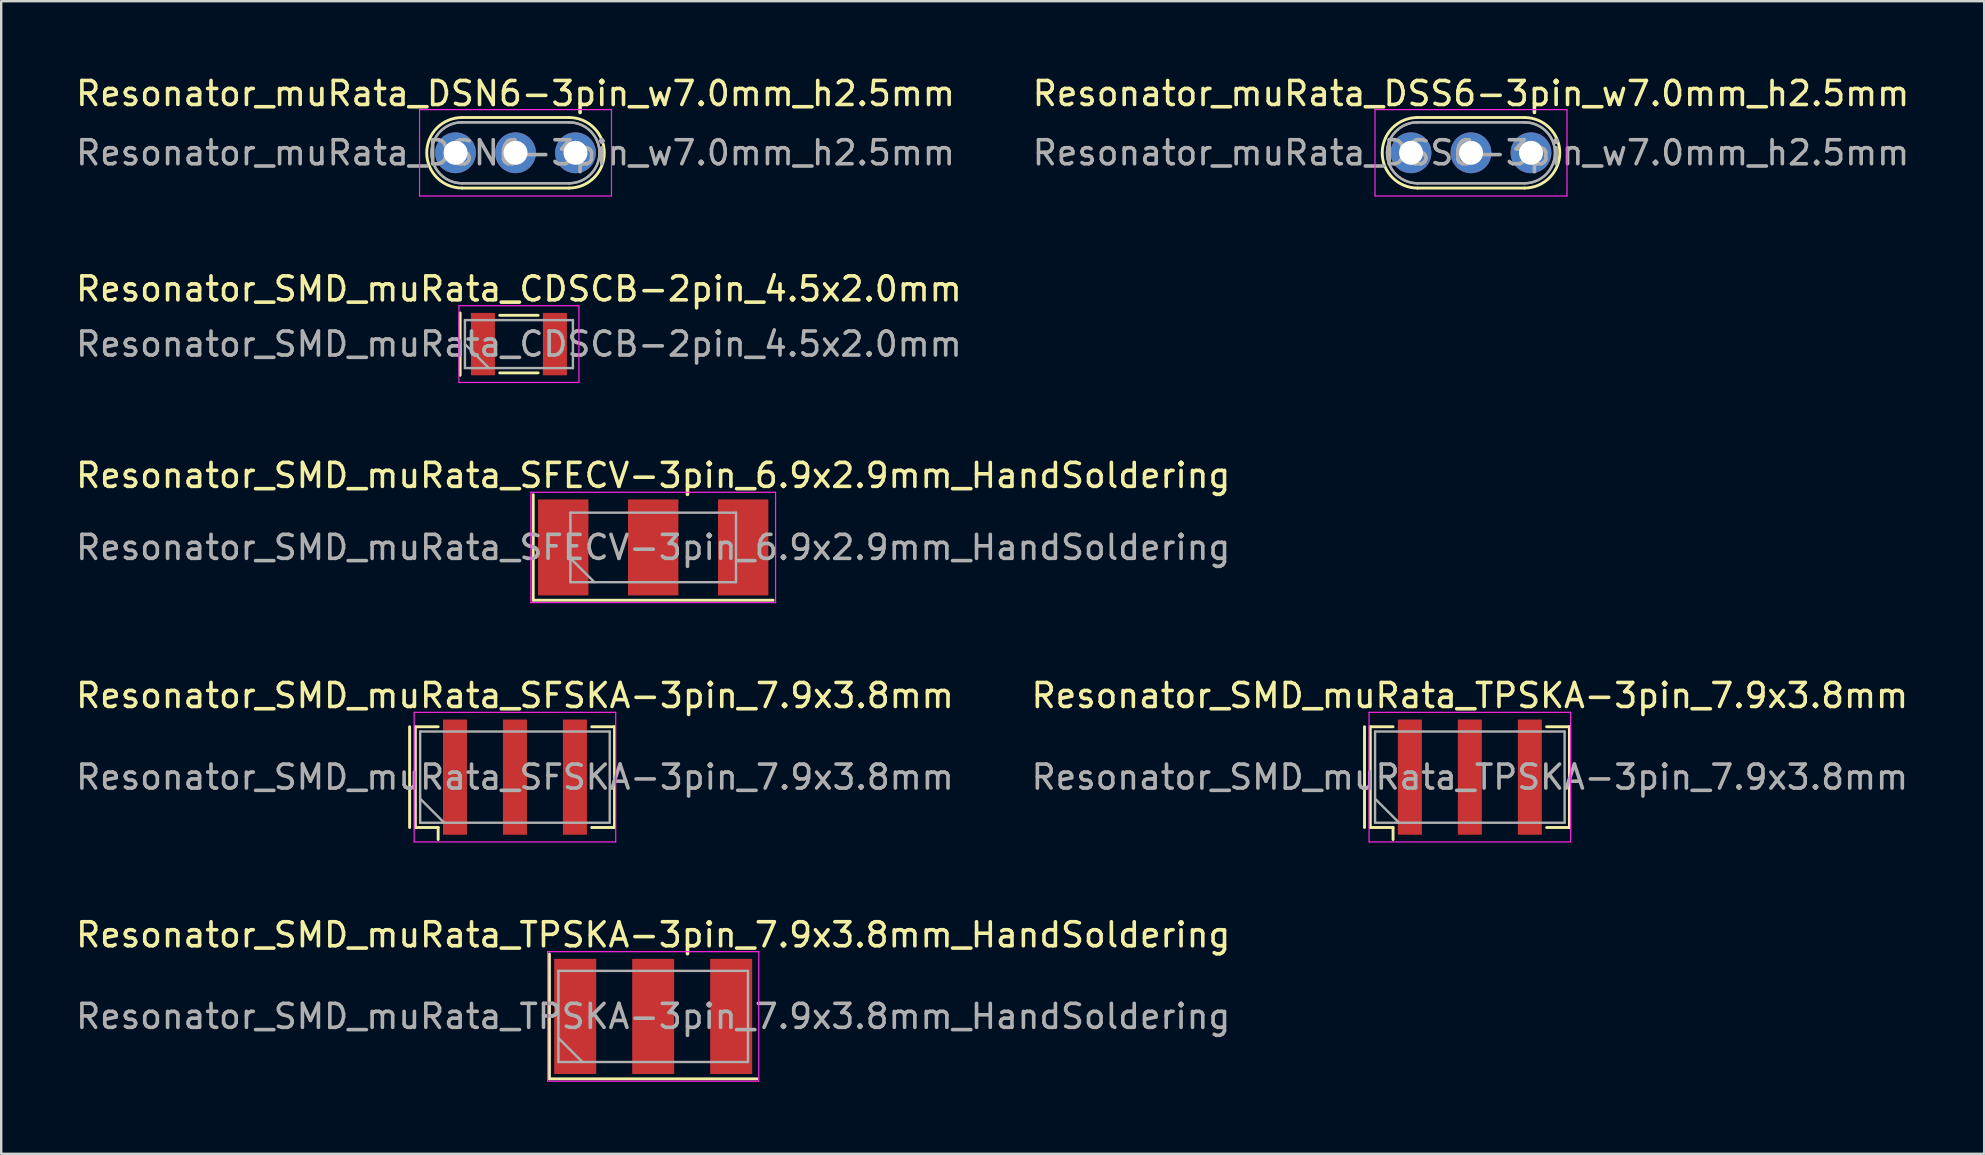
<source format=kicad_pcb>
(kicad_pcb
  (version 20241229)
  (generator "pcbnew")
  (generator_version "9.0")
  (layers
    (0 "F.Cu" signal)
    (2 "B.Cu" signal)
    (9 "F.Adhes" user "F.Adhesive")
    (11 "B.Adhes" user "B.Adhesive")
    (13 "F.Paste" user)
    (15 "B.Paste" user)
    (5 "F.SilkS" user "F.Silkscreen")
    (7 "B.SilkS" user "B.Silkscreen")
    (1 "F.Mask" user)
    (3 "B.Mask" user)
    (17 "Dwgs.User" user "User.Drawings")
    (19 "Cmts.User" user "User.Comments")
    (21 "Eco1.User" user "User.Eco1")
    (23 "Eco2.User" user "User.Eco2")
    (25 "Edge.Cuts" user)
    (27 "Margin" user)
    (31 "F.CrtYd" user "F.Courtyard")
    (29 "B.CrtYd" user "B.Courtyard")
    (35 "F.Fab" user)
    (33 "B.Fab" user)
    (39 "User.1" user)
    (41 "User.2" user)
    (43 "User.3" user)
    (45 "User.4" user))
  (footprint "Resonator_muRata_DSS6-3pin_w7.0mm_h2.5mm"
    (layer "F.Cu")
    (at 55.756 3.318)
    (property "Reference" "Resonator_muRata_DSS6-3pin_w7.0mm_h2.5mm" (at 2.5 -2.47 0) (layer "F.SilkS") (effects (font (size 1 1) (thickness 0.15))))
    (attr through_hole)
    (fp_line (start 0.27 -1.47) (end 4.73 -1.47) (stroke (width 0.12) (type solid)) (layer "F.SilkS"))
    (fp_line (start 0.27 1.47) (end 4.73 1.47) (stroke (width 0.12) (type solid)) (layer "F.SilkS"))
    (fp_arc (start 0.27 1.47) (mid -1.2 0) (end 0.27 -1.47) (stroke (width 0.12) (type solid)) (layer "F.SilkS"))
    (fp_arc (start 4.73 -1.47) (mid 6.2 0) (end 4.73 1.47) (stroke (width 0.12) (type solid)) (layer "F.SilkS"))
    (fp_line (start -1.5 -1.8) (end -1.5 1.8) (stroke (width 0.05) (type solid)) (layer "F.CrtYd"))
    (fp_line (start -1.5 1.8) (end 6.5 1.8) (stroke (width 0.05) (type solid)) (layer "F.CrtYd"))
    (fp_line (start 6.5 -1.8) (end -1.5 -1.8) (stroke (width 0.05) (type solid)) (layer "F.CrtYd"))
    (fp_line (start 6.5 1.8) (end 6.5 -1.8) (stroke (width 0.05) (type solid)) (layer "F.CrtYd"))
    (fp_line (start 0.27 -1.27) (end 4.73 -1.27) (stroke (width 0.1) (type solid)) (layer "F.Fab"))
    (fp_line (start 0.27 -1.27) (end 4.73 -1.27) (stroke (width 0.1) (type solid)) (layer "F.Fab"))
    (fp_line (start 0.27 1.27) (end 4.73 1.27) (stroke (width 0.1) (type solid)) (layer "F.Fab"))
    (fp_line (start 0.27 1.27) (end 4.73 1.27) (stroke (width 0.1) (type solid)) (layer "F.Fab"))
    (fp_arc (start 0.27 1.27) (mid -1 0) (end 0.27 -1.27) (stroke (width 0.1) (type solid)) (layer "F.Fab"))
    (fp_arc (start 0.27 1.27) (mid -1 0) (end 0.27 -1.27) (stroke (width 0.1) (type solid)) (layer "F.Fab"))
    (fp_arc (start 4.73 -1.27) (mid 6 0) (end 4.73 1.27) (stroke (width 0.1) (type solid)) (layer "F.Fab"))
    (fp_arc (start 4.73 -1.27) (mid 6 0) (end 4.73 1.27) (stroke (width 0.1) (type solid)) (layer "F.Fab"))
    (fp_text user "${REFERENCE}" (at 2.5 0 0) (layer "F.Fab") (effects (font (size 1 1) (thickness 0.15))))
    (pad "1" thru_hole circle (at 0 0) (size 1.7 1.7) (drill 1) (layers "*.Cu" "*.Mask"))
    (pad "2" thru_hole circle (at 2.5 0) (size 1.7 1.7) (drill 1) (layers "*.Cu" "*.Mask"))
    (pad "3" thru_hole circle (at 5 0) (size 1.7 1.7) (drill 1) (layers "*.Cu" "*.Mask")))
  (footprint "Resonator_SMD_muRata_SFECV-3pin_6.9x2.9mm_HandSoldering"
    (layer "F.Cu")
    (at 24.173 19.765)
    (property "Reference" "Resonator_SMD_muRata_SFECV-3pin_6.9x2.9mm_HandSoldering" (at 0 -3 0) (layer "F.SilkS") (effects (font (size 1 1) (thickness 0.15))))
    (attr smd)
    (fp_line (start -5 -2.2) (end -5 2.2) (stroke (width 0.12) (type solid)) (layer "F.SilkS"))
    (fp_line (start -5 2.2) (end 5 2.2) (stroke (width 0.12) (type solid)) (layer "F.SilkS"))
    (fp_line (start -5.1 -2.3) (end -5.1 2.3) (stroke (width 0.05) (type solid)) (layer "F.CrtYd"))
    (fp_line (start -5.1 2.3) (end 5.1 2.3) (stroke (width 0.05) (type solid)) (layer "F.CrtYd"))
    (fp_line (start 5.1 -2.3) (end -5.1 -2.3) (stroke (width 0.05) (type solid)) (layer "F.CrtYd"))
    (fp_line (start 5.1 2.3) (end 5.1 -2.3) (stroke (width 0.05) (type solid)) (layer "F.CrtYd"))
    (fp_line (start -3.45 -1.45) (end -3.45 1.45) (stroke (width 0.1) (type solid)) (layer "F.Fab"))
    (fp_line (start -3.45 0.45) (end -2.45 1.45) (stroke (width 0.1) (type solid)) (layer "F.Fab"))
    (fp_line (start -3.45 1.45) (end 3.45 1.45) (stroke (width 0.1) (type solid)) (layer "F.Fab"))
    (fp_line (start 3.45 -1.45) (end -3.45 -1.45) (stroke (width 0.1) (type solid)) (layer "F.Fab"))
    (fp_line (start 3.45 1.45) (end 3.45 -1.45) (stroke (width 0.1) (type solid)) (layer "F.Fab"))
    (fp_text user "${REFERENCE}" (at 0 0 0) (layer "F.Fab") (effects (font (size 1 1) (thickness 0.15))))
    (pad "1" smd rect (at -3.75 0) (size 2.1 4) (layers "F.Cu" "F.Mask" "F.Paste"))
    (pad "2" smd rect (at 0 0) (size 2.1 4) (layers "F.Cu" "F.Mask" "F.Paste"))
    (pad "3" smd rect (at 3.75 0) (size 2.1 4) (layers "F.Cu" "F.Mask" "F.Paste")))
  (footprint "Resonator_muRata_DSN6-3pin_w7.0mm_h2.5mm"
    (layer "F.Cu")
    (at 15.935 3.318)
    (property "Reference" "Resonator_muRata_DSN6-3pin_w7.0mm_h2.5mm" (at 2.5 -2.47 0) (layer "F.SilkS") (effects (font (size 1 1) (thickness 0.15))))
    (attr through_hole)
    (fp_line (start 0.27 -1.47) (end 4.73 -1.47) (stroke (width 0.12) (type solid)) (layer "F.SilkS"))
    (fp_line (start 0.27 1.47) (end 4.73 1.47) (stroke (width 0.12) (type solid)) (layer "F.SilkS"))
    (fp_arc (start 0.27 1.47) (mid -1.2 0) (end 0.27 -1.47) (stroke (width 0.12) (type solid)) (layer "F.SilkS"))
    (fp_arc (start 4.73 -1.47) (mid 6.2 0) (end 4.73 1.47) (stroke (width 0.12) (type solid)) (layer "F.SilkS"))
    (fp_line (start -1.5 -1.8) (end -1.5 1.8) (stroke (width 0.05) (type solid)) (layer "F.CrtYd"))
    (fp_line (start -1.5 1.8) (end 6.5 1.8) (stroke (width 0.05) (type solid)) (layer "F.CrtYd"))
    (fp_line (start 6.5 -1.8) (end -1.5 -1.8) (stroke (width 0.05) (type solid)) (layer "F.CrtYd"))
    (fp_line (start 6.5 1.8) (end 6.5 -1.8) (stroke (width 0.05) (type solid)) (layer "F.CrtYd"))
    (fp_line (start 0.27 -1.27) (end 4.73 -1.27) (stroke (width 0.1) (type solid)) (layer "F.Fab"))
    (fp_line (start 0.27 -1.27) (end 4.73 -1.27) (stroke (width 0.1) (type solid)) (layer "F.Fab"))
    (fp_line (start 0.27 1.27) (end 4.73 1.27) (stroke (width 0.1) (type solid)) (layer "F.Fab"))
    (fp_line (start 0.27 1.27) (end 4.73 1.27) (stroke (width 0.1) (type solid)) (layer "F.Fab"))
    (fp_arc (start 0.27 1.27) (mid -1 0) (end 0.27 -1.27) (stroke (width 0.1) (type solid)) (layer "F.Fab"))
    (fp_arc (start 0.27 1.27) (mid -1 0) (end 0.27 -1.27) (stroke (width 0.1) (type solid)) (layer "F.Fab"))
    (fp_arc (start 4.73 -1.27) (mid 6 0) (end 4.73 1.27) (stroke (width 0.1) (type solid)) (layer "F.Fab"))
    (fp_arc (start 4.73 -1.27) (mid 6 0) (end 4.73 1.27) (stroke (width 0.1) (type solid)) (layer "F.Fab"))
    (fp_text user "${REFERENCE}" (at 2.5 0 0) (layer "F.Fab") (effects (font (size 1 1) (thickness 0.15))))
    (pad "1" thru_hole circle (at 0 0) (size 1.7 1.7) (drill 1) (layers "*.Cu" "*.Mask"))
    (pad "2" thru_hole circle (at 2.5 0) (size 1.7 1.7) (drill 1) (layers "*.Cu" "*.Mask"))
    (pad "3" thru_hole circle (at 5 0) (size 1.7 1.7) (drill 1) (layers "*.Cu" "*.Mask")))
  (footprint "Resonator_SMD_muRata_SFSKA-3pin_7.9x3.8mm"
    (layer "F.Cu")
    (at 18.411 29.338)
    (property "Reference" "Resonator_SMD_muRata_SFSKA-3pin_7.9x3.8mm" (at 0 -3.4 0) (layer "F.SilkS") (effects (font (size 1 1) (thickness 0.15))))
    (attr smd)
    (fp_line (start -4.39 -2.1) (end -4.39 2.1) (stroke (width 0.12) (type solid)) (layer "F.SilkS"))
    (fp_line (start -4.15 -2.1) (end -3.2 -2.1) (stroke (width 0.12) (type solid)) (layer "F.SilkS"))
    (fp_line (start -4.15 2.1) (end -4.15 -2.1) (stroke (width 0.12) (type solid)) (layer "F.SilkS"))
    (fp_line (start -3.2 2.1) (end -4.15 2.1) (stroke (width 0.12) (type solid)) (layer "F.SilkS"))
    (fp_line (start -3.2 2.6) (end -3.2 2.1) (stroke (width 0.12) (type solid)) (layer "F.SilkS"))
    (fp_line (start 3.2 -2.1) (end 4.15 -2.1) (stroke (width 0.12) (type solid)) (layer "F.SilkS"))
    (fp_line (start 4.15 -2.1) (end 4.15 2.1) (stroke (width 0.12) (type solid)) (layer "F.SilkS"))
    (fp_line (start 4.15 2.1) (end 3.2 2.1) (stroke (width 0.12) (type solid)) (layer "F.SilkS"))
    (fp_line (start -4.2 -2.7) (end -4.2 2.7) (stroke (width 0.05) (type solid)) (layer "F.CrtYd"))
    (fp_line (start -4.2 2.7) (end 4.2 2.7) (stroke (width 0.05) (type solid)) (layer "F.CrtYd"))
    (fp_line (start 4.2 -2.7) (end -4.2 -2.7) (stroke (width 0.05) (type solid)) (layer "F.CrtYd"))
    (fp_line (start 4.2 2.7) (end 4.2 -2.7) (stroke (width 0.05) (type solid)) (layer "F.CrtYd"))
    (fp_line (start -3.95 -1.9) (end -3.95 1.9) (stroke (width 0.1) (type solid)) (layer "F.Fab"))
    (fp_line (start -3.95 0.9) (end -2.95 1.9) (stroke (width 0.1) (type solid)) (layer "F.Fab"))
    (fp_line (start -3.95 1.9) (end 3.95 1.9) (stroke (width 0.1) (type solid)) (layer "F.Fab"))
    (fp_line (start 3.95 -1.9) (end -3.95 -1.9) (stroke (width 0.1) (type solid)) (layer "F.Fab"))
    (fp_line (start 3.95 1.9) (end 3.95 -1.9) (stroke (width 0.1) (type solid)) (layer "F.Fab"))
    (fp_text user "${REFERENCE}" (at 0 0 0) (layer "F.Fab") (effects (font (size 1 1) (thickness 0.15))))
    (pad "1" smd rect (at -2.5 0) (size 1 4.8) (layers "F.Cu" "F.Mask" "F.Paste"))
    (pad "2" smd rect (at 0 0) (size 1 4.8) (layers "F.Cu" "F.Mask" "F.Paste"))
    (pad "3" smd rect (at 2.5 0) (size 1 4.8) (layers "F.Cu" "F.Mask" "F.Paste")))
  (footprint "Resonator_SMD_muRata_TPSKA-3pin_7.9x3.8mm"
    (layer "F.Cu")
    (at 58.208 29.338)
    (property "Reference" "Resonator_SMD_muRata_TPSKA-3pin_7.9x3.8mm" (at 0 -3.4 0) (layer "F.SilkS") (effects (font (size 1 1) (thickness 0.15))))
    (attr smd)
    (fp_line (start -4.39 -2.1) (end -4.39 2.1) (stroke (width 0.12) (type solid)) (layer "F.SilkS"))
    (fp_line (start -4.15 -2.1) (end -3.2 -2.1) (stroke (width 0.12) (type solid)) (layer "F.SilkS"))
    (fp_line (start -4.15 2.1) (end -4.15 -2.1) (stroke (width 0.12) (type solid)) (layer "F.SilkS"))
    (fp_line (start -3.2 2.1) (end -4.15 2.1) (stroke (width 0.12) (type solid)) (layer "F.SilkS"))
    (fp_line (start -3.2 2.6) (end -3.2 2.1) (stroke (width 0.12) (type solid)) (layer "F.SilkS"))
    (fp_line (start 3.2 -2.1) (end 4.15 -2.1) (stroke (width 0.12) (type solid)) (layer "F.SilkS"))
    (fp_line (start 4.15 -2.1) (end 4.15 2.1) (stroke (width 0.12) (type solid)) (layer "F.SilkS"))
    (fp_line (start 4.15 2.1) (end 3.2 2.1) (stroke (width 0.12) (type solid)) (layer "F.SilkS"))
    (fp_line (start -4.2 -2.7) (end -4.2 2.7) (stroke (width 0.05) (type solid)) (layer "F.CrtYd"))
    (fp_line (start -4.2 2.7) (end 4.2 2.7) (stroke (width 0.05) (type solid)) (layer "F.CrtYd"))
    (fp_line (start 4.2 -2.7) (end -4.2 -2.7) (stroke (width 0.05) (type solid)) (layer "F.CrtYd"))
    (fp_line (start 4.2 2.7) (end 4.2 -2.7) (stroke (width 0.05) (type solid)) (layer "F.CrtYd"))
    (fp_line (start -3.95 -1.9) (end -3.95 1.9) (stroke (width 0.1) (type solid)) (layer "F.Fab"))
    (fp_line (start -3.95 0.9) (end -2.95 1.9) (stroke (width 0.1) (type solid)) (layer "F.Fab"))
    (fp_line (start -3.95 1.9) (end 3.95 1.9) (stroke (width 0.1) (type solid)) (layer "F.Fab"))
    (fp_line (start 3.95 -1.9) (end -3.95 -1.9) (stroke (width 0.1) (type solid)) (layer "F.Fab"))
    (fp_line (start 3.95 1.9) (end 3.95 -1.9) (stroke (width 0.1) (type solid)) (layer "F.Fab"))
    (fp_text user "${REFERENCE}" (at 0 0 0) (layer "F.Fab") (effects (font (size 1 1) (thickness 0.15))))
    (pad "1" smd rect (at -2.5 0) (size 1 4.8) (layers "F.Cu" "F.Mask" "F.Paste"))
    (pad "2" smd rect (at 0 0) (size 1 4.8) (layers "F.Cu" "F.Mask" "F.Paste"))
    (pad "3" smd rect (at 2.5 0) (size 1 4.8) (layers "F.Cu" "F.Mask" "F.Paste")))
  (footprint "Resonator_SMD_muRata_TPSKA-3pin_7.9x3.8mm_HandSoldering"
    (layer "F.Cu")
    (at 24.173 39.311)
    (property "Reference" "Resonator_SMD_muRata_TPSKA-3pin_7.9x3.8mm_HandSoldering" (at 0 -3.4 0) (layer "F.SilkS") (effects (font (size 1 1) (thickness 0.15))))
    (attr smd)
    (fp_line (start -4.325 -2.6) (end -4.325 2.6) (stroke (width 0.12) (type solid)) (layer "F.SilkS"))
    (fp_line (start -4.325 2.6) (end 4.325 2.6) (stroke (width 0.12) (type solid)) (layer "F.SilkS"))
    (fp_line (start -4.4 -2.7) (end -4.4 2.7) (stroke (width 0.05) (type solid)) (layer "F.CrtYd"))
    (fp_line (start -4.4 2.7) (end 4.4 2.7) (stroke (width 0.05) (type solid)) (layer "F.CrtYd"))
    (fp_line (start 4.4 -2.7) (end -4.4 -2.7) (stroke (width 0.05) (type solid)) (layer "F.CrtYd"))
    (fp_line (start 4.4 2.7) (end 4.4 -2.7) (stroke (width 0.05) (type solid)) (layer "F.CrtYd"))
    (fp_line (start -3.95 -1.9) (end -3.95 1.9) (stroke (width 0.1) (type solid)) (layer "F.Fab"))
    (fp_line (start -3.95 0.9) (end -2.95 1.9) (stroke (width 0.1) (type solid)) (layer "F.Fab"))
    (fp_line (start -3.95 1.9) (end 3.95 1.9) (stroke (width 0.1) (type solid)) (layer "F.Fab"))
    (fp_line (start 3.95 -1.9) (end -3.95 -1.9) (stroke (width 0.1) (type solid)) (layer "F.Fab"))
    (fp_line (start 3.95 1.9) (end 3.95 -1.9) (stroke (width 0.1) (type solid)) (layer "F.Fab"))
    (fp_text user "${REFERENCE}" (at 0 0 0) (layer "F.Fab") (effects (font (size 1 1) (thickness 0.15))))
    (pad "1" smd rect (at -3.25 0) (size 1.75 4.8) (layers "F.Cu" "F.Mask" "F.Paste"))
    (pad "2" smd rect (at 0 0) (size 1.75 4.8) (layers "F.Cu" "F.Mask" "F.Paste"))
    (pad "3" smd rect (at 3.25 0) (size 1.75 4.8) (layers "F.Cu" "F.Mask" "F.Paste")))
  (footprint "Resonator_SMD_muRata_CDSCB-2pin_4.5x2.0mm"
    (layer "F.Cu")
    (at 18.577 11.291)
    (property "Reference" "Resonator_SMD_muRata_CDSCB-2pin_4.5x2.0mm" (at 0 -2.3 0) (layer "F.SilkS") (effects (font (size 1 1) (thickness 0.15))))
    (attr smd)
    (fp_line (start -2.45 -1.3) (end -2.45 1.3) (stroke (width 0.12) (type solid)) (layer "F.SilkS"))
    (fp_line (start -0.8 -1.2) (end 0.8 -1.2) (stroke (width 0.12) (type solid)) (layer "F.SilkS"))
    (fp_line (start -0.8 1.2) (end 0.8 1.2) (stroke (width 0.12) (type solid)) (layer "F.SilkS"))
    (fp_line (start -2.5 -1.6) (end -2.5 1.6) (stroke (width 0.05) (type solid)) (layer "F.CrtYd"))
    (fp_line (start -2.5 1.6) (end 2.5 1.6) (stroke (width 0.05) (type solid)) (layer "F.CrtYd"))
    (fp_line (start 2.5 -1.6) (end -2.5 -1.6) (stroke (width 0.05) (type solid)) (layer "F.CrtYd"))
    (fp_line (start 2.5 1.6) (end 2.5 -1.6) (stroke (width 0.05) (type solid)) (layer "F.CrtYd"))
    (fp_line (start -2.25 -1) (end -2.25 1) (stroke (width 0.1) (type solid)) (layer "F.Fab"))
    (fp_line (start -2.25 0) (end -1.25 1) (stroke (width 0.1) (type solid)) (layer "F.Fab"))
    (fp_line (start -2.25 1) (end 2.25 1) (stroke (width 0.1) (type solid)) (layer "F.Fab"))
    (fp_line (start 2.25 -1) (end -2.25 -1) (stroke (width 0.1) (type solid)) (layer "F.Fab"))
    (fp_line (start 2.25 1) (end 2.25 -1) (stroke (width 0.1) (type solid)) (layer "F.Fab"))
    (fp_text user "${REFERENCE}" (at 0 0 0) (layer "F.Fab") (effects (font (size 1 1) (thickness 0.15))))
    (pad "1" smd rect (at -1.5 0) (size 1 2.6) (layers "F.Cu" "F.Mask" "F.Paste"))
    (pad "2" smd rect (at 1.5 0) (size 1 2.6) (layers "F.Cu" "F.Mask" "F.Paste")))
  (gr_rect
    (start -3 -3)
    (end 79.643 45.036)
    (stroke (width 0.1) (type default))
    (fill no)
    (layer "Edge.Cuts")))
</source>
